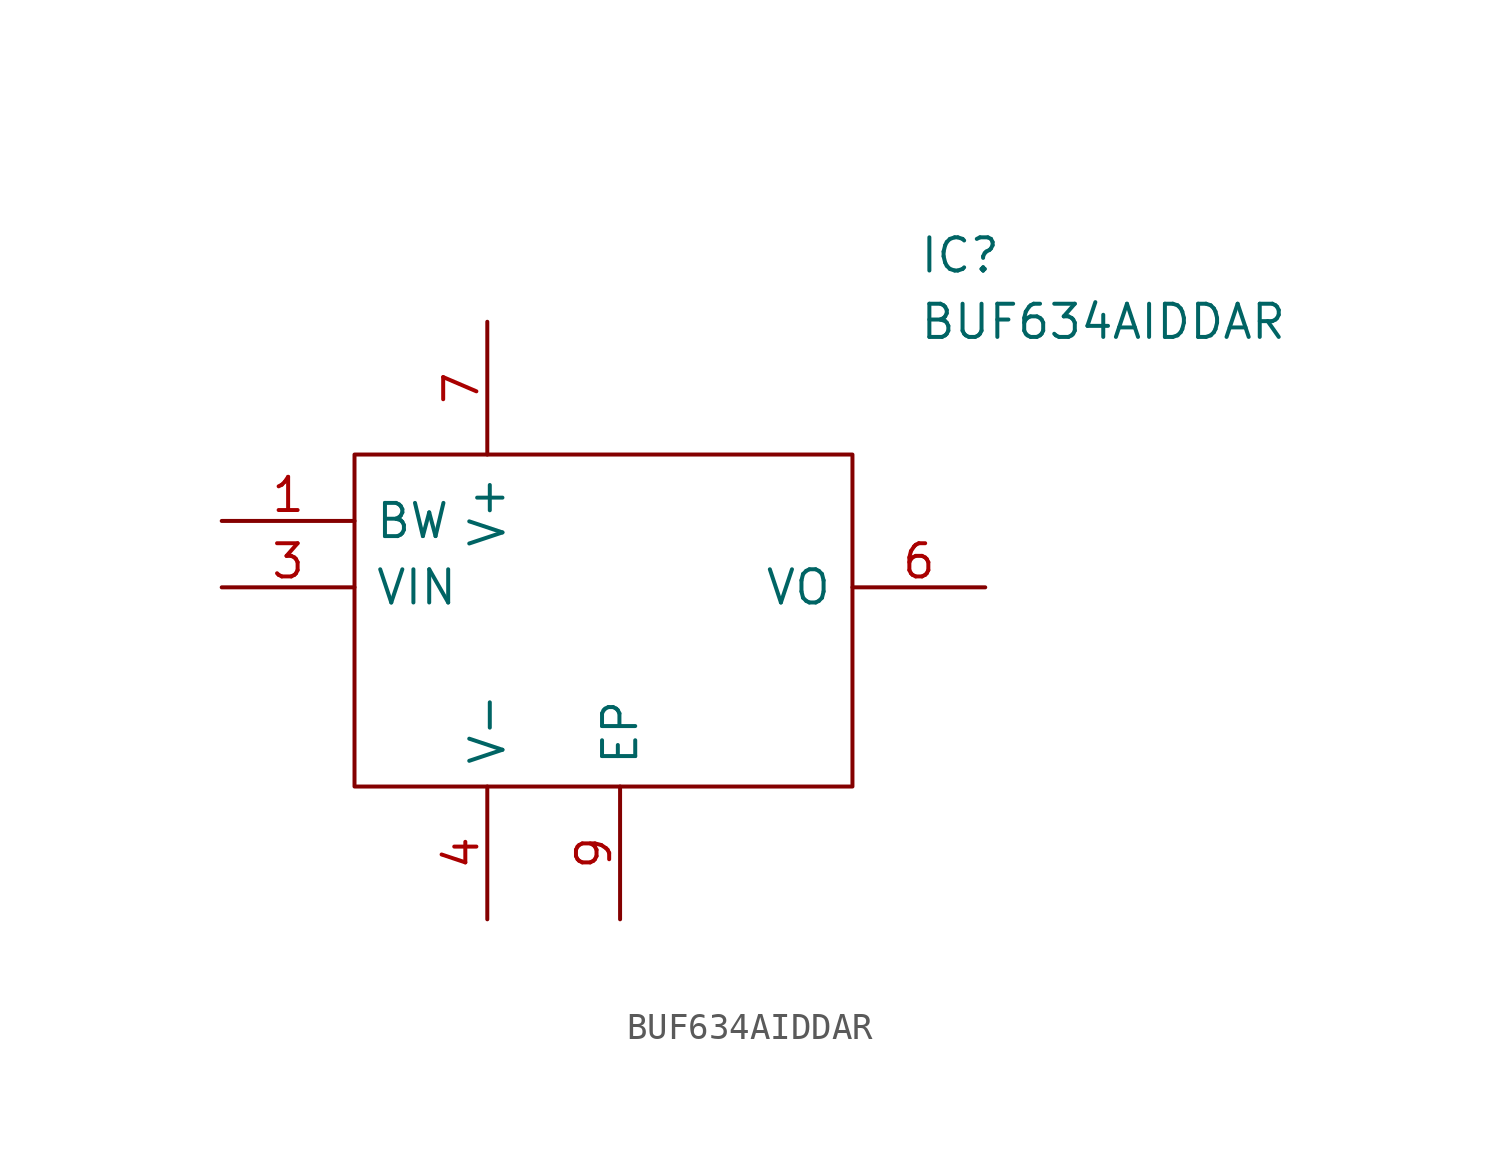
<source format=kicad_sym>
(kicad_symbol_lib
  (version 20220914)
  (generator kicad_symbol_editor)
  (symbol "BUF634AIDDAR"
    (pin_names
      (offset 0.762))
    (property "Reference" "IC"
      (at 11.43 12.7 0)
      (effects (font (size 1.27 1.27)) (justify left)))
    (property "Value" "BUF634AIDDAR"
      (at 11.43 10.16 0)
      (effects (font (size 1.27 1.27)) (justify left)))
    (symbol "BUF634AIDDAR_0_0"
      (pin passive line (at -15.24 2.54 0) (length 5.08) (name "BW" (effects (font (size 1.27 1.27)))) (number "1" (effects (font (size 1.27 1.27)))))
      (pin passive line (at -15.24 0 0) (length 5.08) (name "VIN" (effects (font (size 1.27 1.27)))) (number "3" (effects (font (size 1.27 1.27)))))
      (pin passive line (at -5.08 -12.7 90) (length 5.08) (name "V-" (effects (font (size 1.27 1.27)))) (number "4" (effects (font (size 1.27 1.27)))))
      (pin passive line (at 13.97 0 180) (length 5.08) (name "VO" (effects (font (size 1.27 1.27)))) (number "6" (effects (font (size 1.27 1.27)))))
      (pin passive line (at -5.08 10.16 270) (length 5.08) (name "V+" (effects (font (size 1.27 1.27)))) (number "7" (effects (font (size 1.27 1.27)))))
      (pin passive line (at 0 -12.7 90) (length 5.08) (name "EP" (effects (font (size 1.27 1.27)))) (number "9" (effects (font (size 1.27 1.27))))))
    (symbol "BUF634AIDDAR_0_1"
      (polyline (pts (xy -10.16 5.08) (xy 8.89 5.08) (xy 8.89 -7.62) (xy -10.16 -7.62) (xy -10.16 5.08)) (stroke (width 0.152) (type solid)) (fill (type none))))
    (symbol "BUF634AIDDAR_1_0"
      (pin passive line (at -6.35 15.24 0) (length 5.08) hide (name "NC_1" (effects (font (size 1.27 1.27)))) (number "2" (effects (font (size 1.27 1.27)))))
      (pin passive line (at -1.27 12.7 180) (length 5.08) hide (name "NC_2" (effects (font (size 1.27 1.27)))) (number "5" (effects (font (size 1.27 1.27)))))
      (pin passive line (at -1.27 10.16 180) (length 5.08) hide (name "NC_3" (effects (font (size 1.27 1.27)))) (number "8" (effects (font (size 1.27 1.27))))))))
</source>
